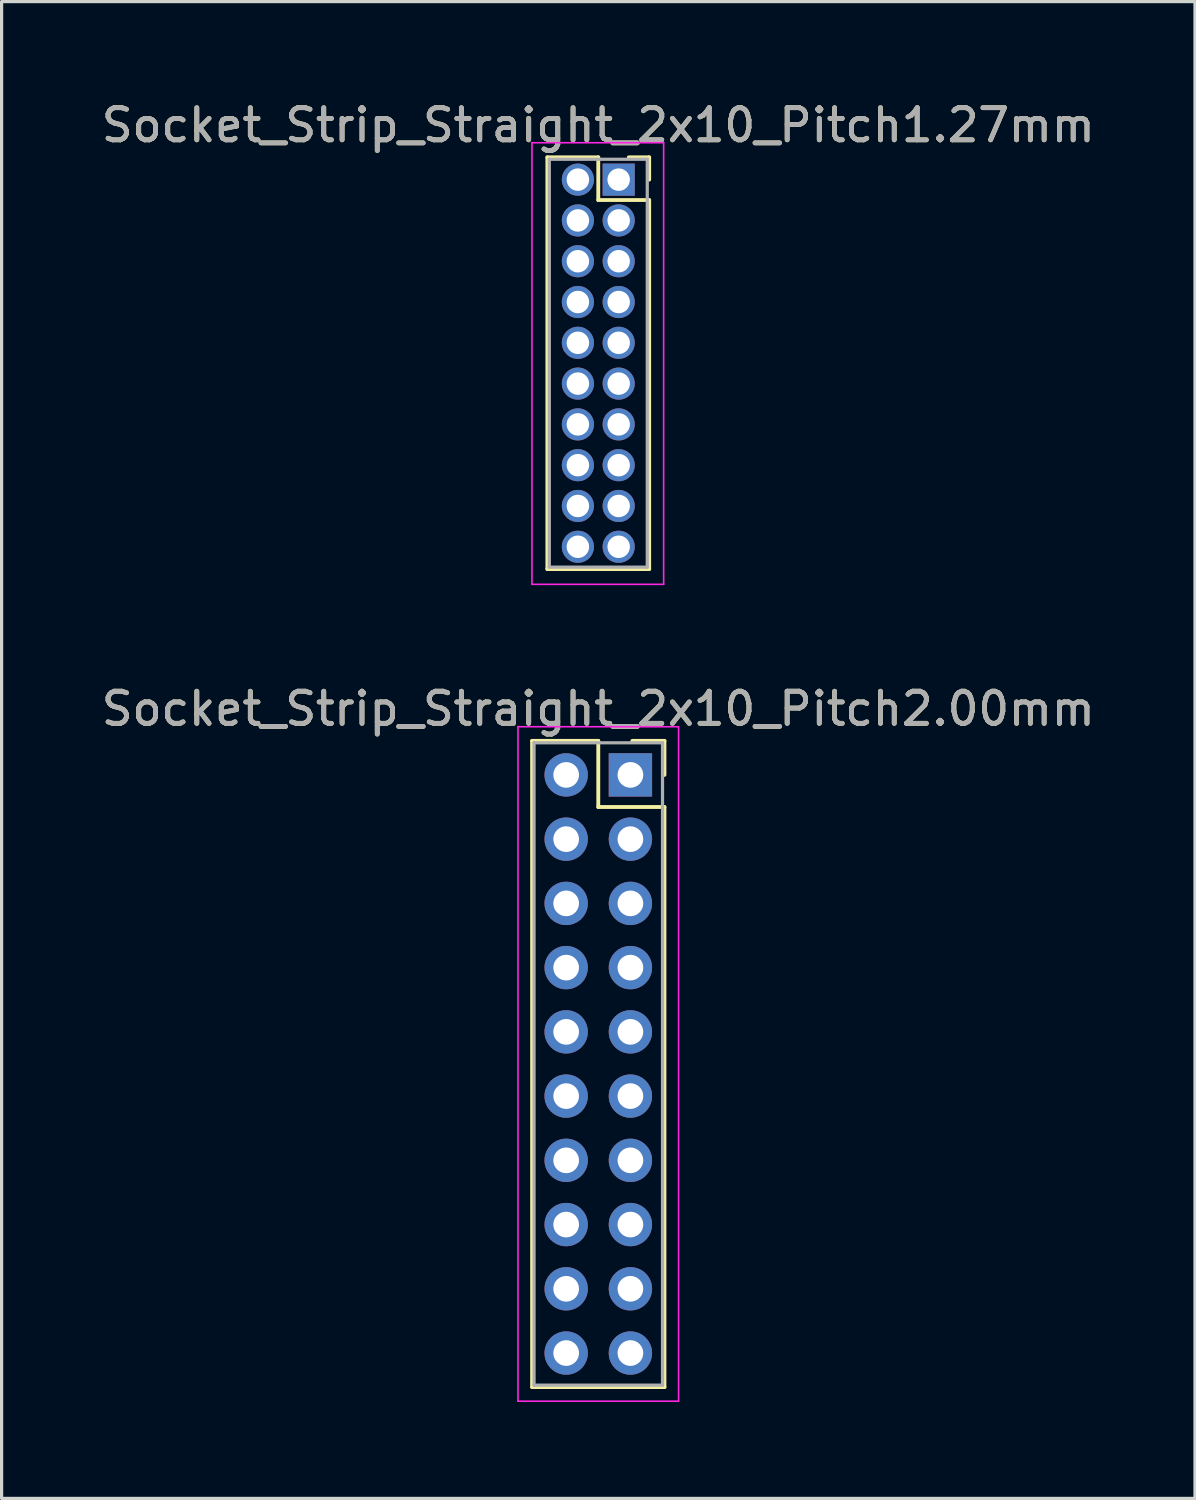
<source format=kicad_pcb>
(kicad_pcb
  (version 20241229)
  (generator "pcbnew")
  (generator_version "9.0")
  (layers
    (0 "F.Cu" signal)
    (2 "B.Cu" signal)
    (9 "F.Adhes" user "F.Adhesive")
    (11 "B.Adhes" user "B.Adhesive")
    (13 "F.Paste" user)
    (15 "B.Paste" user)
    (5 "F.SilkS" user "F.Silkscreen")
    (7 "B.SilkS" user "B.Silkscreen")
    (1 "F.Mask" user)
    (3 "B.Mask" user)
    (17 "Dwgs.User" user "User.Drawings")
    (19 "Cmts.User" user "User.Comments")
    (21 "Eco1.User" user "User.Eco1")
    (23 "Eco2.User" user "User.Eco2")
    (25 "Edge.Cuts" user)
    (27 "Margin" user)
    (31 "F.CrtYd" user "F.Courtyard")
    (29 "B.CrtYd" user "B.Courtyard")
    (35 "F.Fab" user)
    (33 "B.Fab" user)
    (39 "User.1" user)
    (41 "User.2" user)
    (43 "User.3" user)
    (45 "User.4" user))
  (footprint "Socket_Strip_Straight_2x10_Pitch2.00mm"
    (layer "F.Cu")
    (at 16.577 21.076)
    (property "Reference" "Socket_Strip_Straight_2x10_Pitch2.00mm" (at -1 -2.06 0) (layer "F.SilkS") (effects (font (size 1 1) (thickness 0.15))))
    (attr through_hole)
    (fp_line (start -3.06 -1.06) (end -1 -1.06) (stroke (width 0.12) (type solid)) (layer "F.SilkS"))
    (fp_line (start -3.06 19.06) (end -3.06 -1.06) (stroke (width 0.12) (type solid)) (layer "F.SilkS"))
    (fp_line (start -1 -1.06) (end -1 1) (stroke (width 0.12) (type solid)) (layer "F.SilkS"))
    (fp_line (start -1 1) (end 1.06 1) (stroke (width 0.12) (type solid)) (layer "F.SilkS"))
    (fp_line (start 1.06 -1.06) (end 0.06 -1.06) (stroke (width 0.12) (type solid)) (layer "F.SilkS"))
    (fp_line (start 1.06 0) (end 1.06 -1.06) (stroke (width 0.12) (type solid)) (layer "F.SilkS"))
    (fp_line (start 1.06 1) (end 1.06 19.06) (stroke (width 0.12) (type solid)) (layer "F.SilkS"))
    (fp_line (start 1.06 19.06) (end -3.06 19.06) (stroke (width 0.12) (type solid)) (layer "F.SilkS"))
    (fp_line (start -3.5 -1.5) (end -3.5 19.5) (stroke (width 0.05) (type solid)) (layer "F.CrtYd"))
    (fp_line (start -3.5 19.5) (end 1.5 19.5) (stroke (width 0.05) (type solid)) (layer "F.CrtYd"))
    (fp_line (start 1.5 -1.5) (end -3.5 -1.5) (stroke (width 0.05) (type solid)) (layer "F.CrtYd"))
    (fp_line (start 1.5 19.5) (end 1.5 -1.5) (stroke (width 0.05) (type solid)) (layer "F.CrtYd"))
    (fp_line (start -3 -1) (end -3 19) (stroke (width 0.1) (type solid)) (layer "F.Fab"))
    (fp_line (start -3 19) (end 1 19) (stroke (width 0.1) (type solid)) (layer "F.Fab"))
    (fp_line (start 1 -1) (end -3 -1) (stroke (width 0.1) (type solid)) (layer "F.Fab"))
    (fp_line (start 1 19) (end 1 -1) (stroke (width 0.1) (type solid)) (layer "F.Fab"))
    (fp_text user "${REFERENCE}" (at -1 -2.06 0) (layer "F.Fab") (effects (font (size 1 1) (thickness 0.15))))
    (pad "1" thru_hole rect (at 0 0) (size 1.35 1.35) (drill 0.8) (layers "*.Cu" "*.Mask"))
    (pad "2" thru_hole oval (at -2 0) (size 1.35 1.35) (drill 0.8) (layers "*.Cu" "*.Mask"))
    (pad "3" thru_hole oval (at 0 2) (size 1.35 1.35) (drill 0.8) (layers "*.Cu" "*.Mask"))
    (pad "4" thru_hole oval (at -2 2) (size 1.35 1.35) (drill 0.8) (layers "*.Cu" "*.Mask"))
    (pad "5" thru_hole oval (at 0 4) (size 1.35 1.35) (drill 0.8) (layers "*.Cu" "*.Mask"))
    (pad "6" thru_hole oval (at -2 4) (size 1.35 1.35) (drill 0.8) (layers "*.Cu" "*.Mask"))
    (pad "7" thru_hole oval (at 0 6) (size 1.35 1.35) (drill 0.8) (layers "*.Cu" "*.Mask"))
    (pad "8" thru_hole oval (at -2 6) (size 1.35 1.35) (drill 0.8) (layers "*.Cu" "*.Mask"))
    (pad "9" thru_hole oval (at 0 8) (size 1.35 1.35) (drill 0.8) (layers "*.Cu" "*.Mask"))
    (pad "10" thru_hole oval (at -2 8) (size 1.35 1.35) (drill 0.8) (layers "*.Cu" "*.Mask"))
    (pad "11" thru_hole oval (at 0 10) (size 1.35 1.35) (drill 0.8) (layers "*.Cu" "*.Mask"))
    (pad "12" thru_hole oval (at -2 10) (size 1.35 1.35) (drill 0.8) (layers "*.Cu" "*.Mask"))
    (pad "13" thru_hole oval (at 0 12) (size 1.35 1.35) (drill 0.8) (layers "*.Cu" "*.Mask"))
    (pad "14" thru_hole oval (at -2 12) (size 1.35 1.35) (drill 0.8) (layers "*.Cu" "*.Mask"))
    (pad "15" thru_hole oval (at 0 14) (size 1.35 1.35) (drill 0.8) (layers "*.Cu" "*.Mask"))
    (pad "16" thru_hole oval (at -2 14) (size 1.35 1.35) (drill 0.8) (layers "*.Cu" "*.Mask"))
    (pad "17" thru_hole oval (at 0 16) (size 1.35 1.35) (drill 0.8) (layers "*.Cu" "*.Mask"))
    (pad "18" thru_hole oval (at -2 16) (size 1.35 1.35) (drill 0.8) (layers "*.Cu" "*.Mask"))
    (pad "19" thru_hole oval (at 0 18) (size 1.35 1.35) (drill 0.8) (layers "*.Cu" "*.Mask"))
    (pad "20" thru_hole oval (at -2 18) (size 1.35 1.35) (drill 0.8) (layers "*.Cu" "*.Mask")))
  (footprint "Socket_Strip_Straight_2x10_Pitch1.27mm"
    (layer "F.Cu")
    (at 16.212 2.543)
    (property "Reference" "Socket_Strip_Straight_2x10_Pitch1.27mm" (at -0.635 -1.695 0) (layer "F.SilkS") (effects (font (size 1 1) (thickness 0.15))))
    (attr through_hole)
    (fp_line (start -2.22 -0.695) (end -0.635 -0.695) (stroke (width 0.12) (type solid)) (layer "F.SilkS"))
    (fp_line (start -2.22 12.125) (end -2.22 -0.695) (stroke (width 0.12) (type solid)) (layer "F.SilkS"))
    (fp_line (start -0.635 -0.695) (end -0.635 0.635) (stroke (width 0.12) (type solid)) (layer "F.SilkS"))
    (fp_line (start -0.635 0.635) (end 0.95 0.635) (stroke (width 0.12) (type solid)) (layer "F.SilkS"))
    (fp_line (start 0.95 -0.695) (end 0.315 -0.695) (stroke (width 0.12) (type solid)) (layer "F.SilkS"))
    (fp_line (start 0.95 0) (end 0.95 -0.695) (stroke (width 0.12) (type solid)) (layer "F.SilkS"))
    (fp_line (start 0.95 0.635) (end 0.95 12.125) (stroke (width 0.12) (type solid)) (layer "F.SilkS"))
    (fp_line (start 0.95 12.125) (end -2.22 12.125) (stroke (width 0.12) (type solid)) (layer "F.SilkS"))
    (fp_line (start -2.7 -1.15) (end -2.7 12.6) (stroke (width 0.05) (type solid)) (layer "F.CrtYd"))
    (fp_line (start -2.7 12.6) (end 1.4 12.6) (stroke (width 0.05) (type solid)) (layer "F.CrtYd"))
    (fp_line (start 1.4 -1.15) (end -2.7 -1.15) (stroke (width 0.05) (type solid)) (layer "F.CrtYd"))
    (fp_line (start 1.4 12.6) (end 1.4 -1.15) (stroke (width 0.05) (type solid)) (layer "F.CrtYd"))
    (fp_line (start -2.16 -0.635) (end -2.16 12.065) (stroke (width 0.1) (type solid)) (layer "F.Fab"))
    (fp_line (start -2.16 12.065) (end 0.89 12.065) (stroke (width 0.1) (type solid)) (layer "F.Fab"))
    (fp_line (start 0.89 -0.635) (end -2.16 -0.635) (stroke (width 0.1) (type solid)) (layer "F.Fab"))
    (fp_line (start 0.89 12.065) (end 0.89 -0.635) (stroke (width 0.1) (type solid)) (layer "F.Fab"))
    (fp_text user "${REFERENCE}" (at -0.635 -1.695 0) (layer "F.Fab") (effects (font (size 1 1) (thickness 0.15))))
    (pad "1" thru_hole rect (at 0 0) (size 1 1) (drill 0.7) (layers "*.Cu" "*.Mask"))
    (pad "2" thru_hole oval (at -1.27 0) (size 1 1) (drill 0.7) (layers "*.Cu" "*.Mask"))
    (pad "3" thru_hole oval (at 0 1.27) (size 1 1) (drill 0.7) (layers "*.Cu" "*.Mask"))
    (pad "4" thru_hole oval (at -1.27 1.27) (size 1 1) (drill 0.7) (layers "*.Cu" "*.Mask"))
    (pad "5" thru_hole oval (at 0 2.54) (size 1 1) (drill 0.7) (layers "*.Cu" "*.Mask"))
    (pad "6" thru_hole oval (at -1.27 2.54) (size 1 1) (drill 0.7) (layers "*.Cu" "*.Mask"))
    (pad "7" thru_hole oval (at 0 3.81) (size 1 1) (drill 0.7) (layers "*.Cu" "*.Mask"))
    (pad "8" thru_hole oval (at -1.27 3.81) (size 1 1) (drill 0.7) (layers "*.Cu" "*.Mask"))
    (pad "9" thru_hole oval (at 0 5.08) (size 1 1) (drill 0.7) (layers "*.Cu" "*.Mask"))
    (pad "10" thru_hole oval (at -1.27 5.08) (size 1 1) (drill 0.7) (layers "*.Cu" "*.Mask"))
    (pad "11" thru_hole oval (at 0 6.35) (size 1 1) (drill 0.7) (layers "*.Cu" "*.Mask"))
    (pad "12" thru_hole oval (at -1.27 6.35) (size 1 1) (drill 0.7) (layers "*.Cu" "*.Mask"))
    (pad "13" thru_hole oval (at 0 7.62) (size 1 1) (drill 0.7) (layers "*.Cu" "*.Mask"))
    (pad "14" thru_hole oval (at -1.27 7.62) (size 1 1) (drill 0.7) (layers "*.Cu" "*.Mask"))
    (pad "15" thru_hole oval (at 0 8.89) (size 1 1) (drill 0.7) (layers "*.Cu" "*.Mask"))
    (pad "16" thru_hole oval (at -1.27 8.89) (size 1 1) (drill 0.7) (layers "*.Cu" "*.Mask"))
    (pad "17" thru_hole oval (at 0 10.16) (size 1 1) (drill 0.7) (layers "*.Cu" "*.Mask"))
    (pad "18" thru_hole oval (at -1.27 10.16) (size 1 1) (drill 0.7) (layers "*.Cu" "*.Mask"))
    (pad "19" thru_hole oval (at 0 11.43) (size 1 1) (drill 0.7) (layers "*.Cu" "*.Mask"))
    (pad "20" thru_hole oval (at -1.27 11.43) (size 1 1) (drill 0.7) (layers "*.Cu" "*.Mask")))
  (gr_rect
    (start -3 -3)
    (end 34.155 43.602)
    (stroke (width 0.1) (type default))
    (fill no)
    (layer "Edge.Cuts")))
</source>
